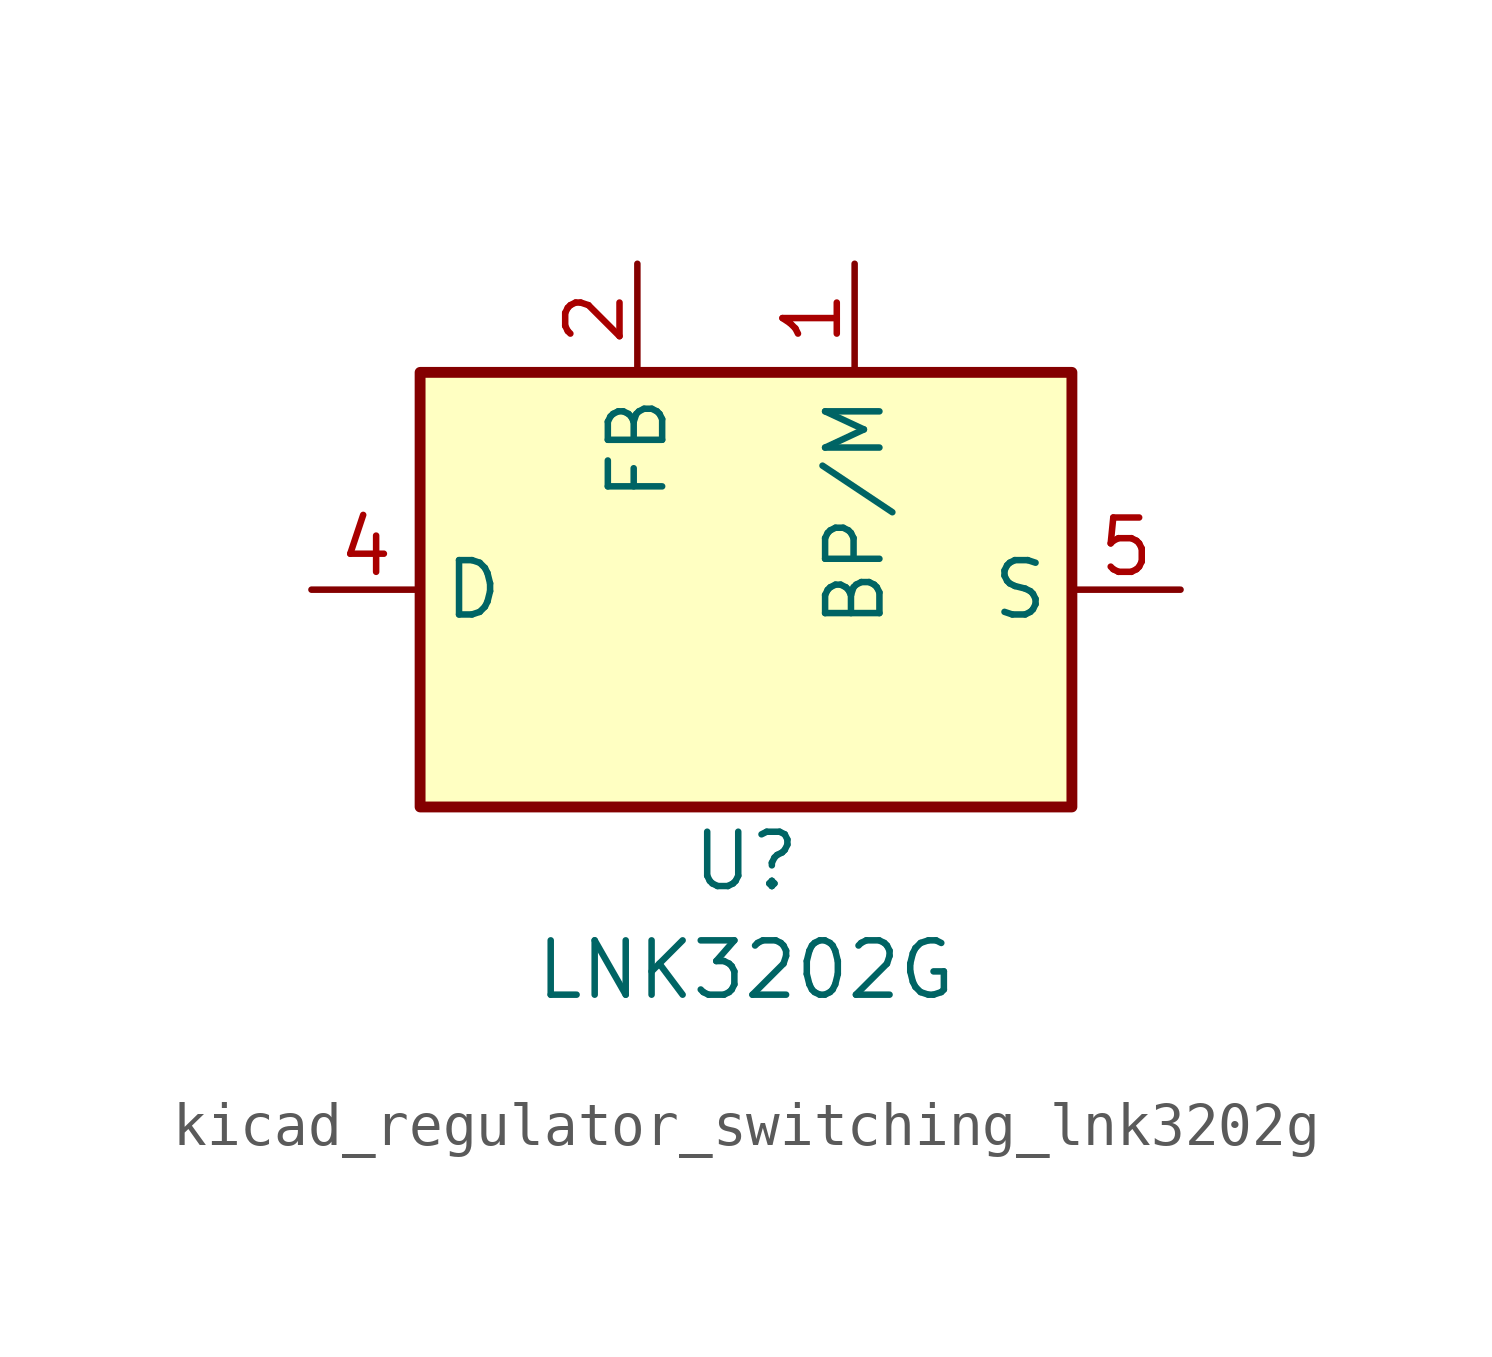
<source format=kicad_sym>
(kicad_symbol_lib
  (version 20220914)
  (generator kicad_symbol_editor)
  (symbol "kicad_regulator_switching_lnk3202g"
    (property "Reference" "U"
      (at 0 -6.35 0)
      (effects (font (size 1.27 1.27))))
    (property "Value" "LNK3202G"
      (at 0 -8.89 0)
      (effects (font (size 1.27 1.27))))
    (symbol "kicad_regulator_switching_lnk3202g_0_1"
      (rectangle (start -7.62 5.08) (end 7.62 -5.08) (stroke (width 0.254) (type default)) (fill (type background))))
    (symbol "kicad_regulator_switching_lnk3202g_1_1"
      (pin input line (at 2.54 7.62 270) (length 2.54) (name "BP/M" (effects (font (size 1.27 1.27)))) (number "1" (effects (font (size 1.27 1.27)))))
      (pin input line (at -2.54 7.62 270) (length 2.54) (name "FB" (effects (font (size 1.27 1.27)))) (number "2" (effects (font (size 1.27 1.27)))))
      (pin open_collector line (at -10.16 0 0) (length 2.54) (name "D" (effects (font (size 1.27 1.27)))) (number "4" (effects (font (size 1.27 1.27)))))
      (pin power_in line (at 10.16 0 180) (length 2.54) (name "S" (effects (font (size 1.27 1.27)))) (number "5" (effects (font (size 1.27 1.27)))))
      (pin passive line (at 10.16 0 180) (length 2.54) hide (name "S" (effects (font (size 1.27 1.27)))) (number "6" (effects (font (size 1.27 1.27)))))
      (pin passive line (at 10.16 0 180) (length 2.54) hide (name "S" (effects (font (size 1.27 1.27)))) (number "7" (effects (font (size 1.27 1.27)))))
      (pin passive line (at 10.16 0 180) (length 2.54) hide (name "S" (effects (font (size 1.27 1.27)))) (number "8" (effects (font (size 1.27 1.27))))))))
</source>
